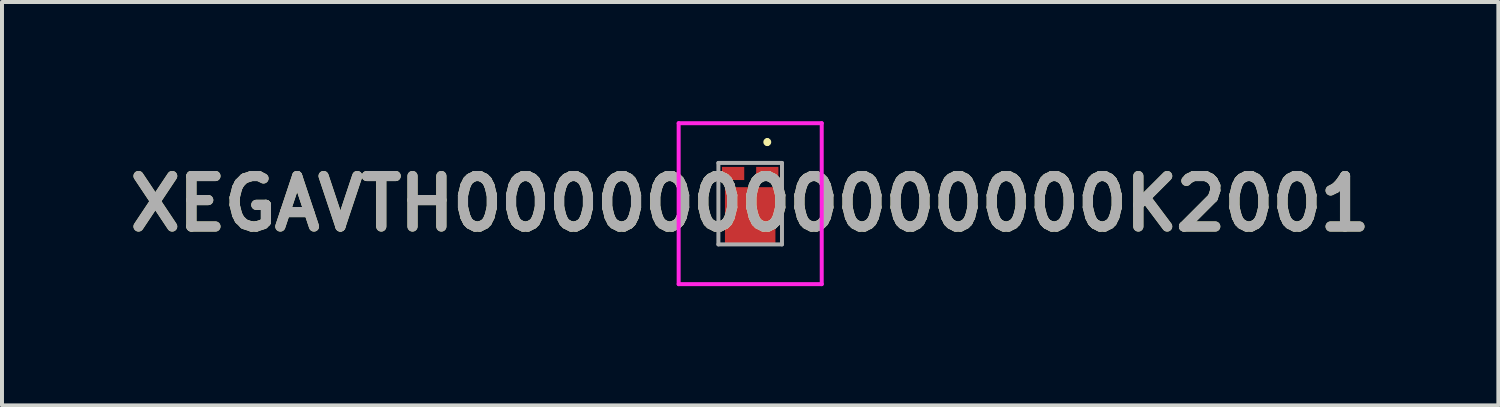
<source format=kicad_pcb>
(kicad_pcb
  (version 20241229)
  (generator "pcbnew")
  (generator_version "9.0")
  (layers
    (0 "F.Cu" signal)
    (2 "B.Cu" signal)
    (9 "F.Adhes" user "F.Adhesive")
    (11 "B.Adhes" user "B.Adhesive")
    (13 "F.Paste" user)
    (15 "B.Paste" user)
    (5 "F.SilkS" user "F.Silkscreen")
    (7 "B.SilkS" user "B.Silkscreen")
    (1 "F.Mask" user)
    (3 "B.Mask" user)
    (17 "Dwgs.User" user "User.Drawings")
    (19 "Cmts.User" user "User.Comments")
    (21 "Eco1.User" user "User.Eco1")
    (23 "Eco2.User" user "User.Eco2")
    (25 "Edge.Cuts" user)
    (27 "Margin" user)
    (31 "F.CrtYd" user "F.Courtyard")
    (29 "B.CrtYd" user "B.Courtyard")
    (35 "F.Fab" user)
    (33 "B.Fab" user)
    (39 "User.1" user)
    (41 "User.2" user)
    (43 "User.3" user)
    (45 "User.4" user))
  (footprint "XEGAVTH00000000000000K2001"
    (layer "F.Cu")
    (at 15.827 2.075)
    (property "Reference" "XEGAVTH00000000000000K2001" (at 0 0 0) (layer "F.SilkS") (effects (font (size 1.27 1.27) (thickness 0.254))))
    (attr smd)
    (fp_line (start 0.43 -1.6) (end 0.43 -1.6) (stroke (width 0.1) (type solid)) (layer "F.SilkS"))
    (fp_line (start 0.43 -1.5) (end 0.43 -1.5) (stroke (width 0.1) (type solid)) (layer "F.SilkS"))
    (fp_arc (start 0.43 -1.6) (mid 0.48 -1.55) (end 0.43 -1.5) (stroke (width 0.1) (type solid)) (layer "F.SilkS"))
    (fp_arc (start 0.43 -1.5) (mid 0.38 -1.55) (end 0.43 -1.6) (stroke (width 0.1) (type solid)) (layer "F.SilkS"))
    (fp_line (start -1.8 -2.025) (end -1.8 2.025) (stroke (width 0.1) (type solid)) (layer "F.CrtYd"))
    (fp_line (start -1.8 2.025) (end 1.8 2.025) (stroke (width 0.1) (type solid)) (layer "F.CrtYd"))
    (fp_line (start 1.8 -2.025) (end -1.8 -2.025) (stroke (width 0.1) (type solid)) (layer "F.CrtYd"))
    (fp_line (start 1.8 2.025) (end 1.8 -2.025) (stroke (width 0.1) (type solid)) (layer "F.CrtYd"))
    (fp_line (start -0.8 -1.025) (end -0.8 1.025) (stroke (width 0.1) (type solid)) (layer "F.Fab"))
    (fp_line (start -0.8 1.025) (end 0.8 1.025) (stroke (width 0.1) (type solid)) (layer "F.Fab"))
    (fp_line (start 0.8 -1.025) (end -0.8 -1.025) (stroke (width 0.1) (type solid)) (layer "F.Fab"))
    (fp_line (start 0.8 1.025) (end 0.8 -1.025) (stroke (width 0.1) (type solid)) (layer "F.Fab"))
    (fp_text user "${REFERENCE}" (at 0 0 0) (layer "F.Fab") (effects (font (size 1.27 1.27) (thickness 0.254))))
    (pad "1" smd rect (at 0.43 -0.76 90) (size 0.33 0.56) (layers "F.Cu" "F.Mask" "F.Paste"))
    (pad "2" smd rect (at -0.43 -0.76 90) (size 0.33 0.56) (layers "F.Cu" "F.Mask" "F.Paste"))
    (pad "3" smd rect (at 0 0.29 180) (size 1.27 1.41) (layers "F.Cu" "F.Mask" "F.Paste")))
  (gr_rect
    (start -3 -3)
    (end 34.653 7.15)
    (stroke (width 0.1) (type default))
    (fill no)
    (layer "Edge.Cuts")))
</source>
